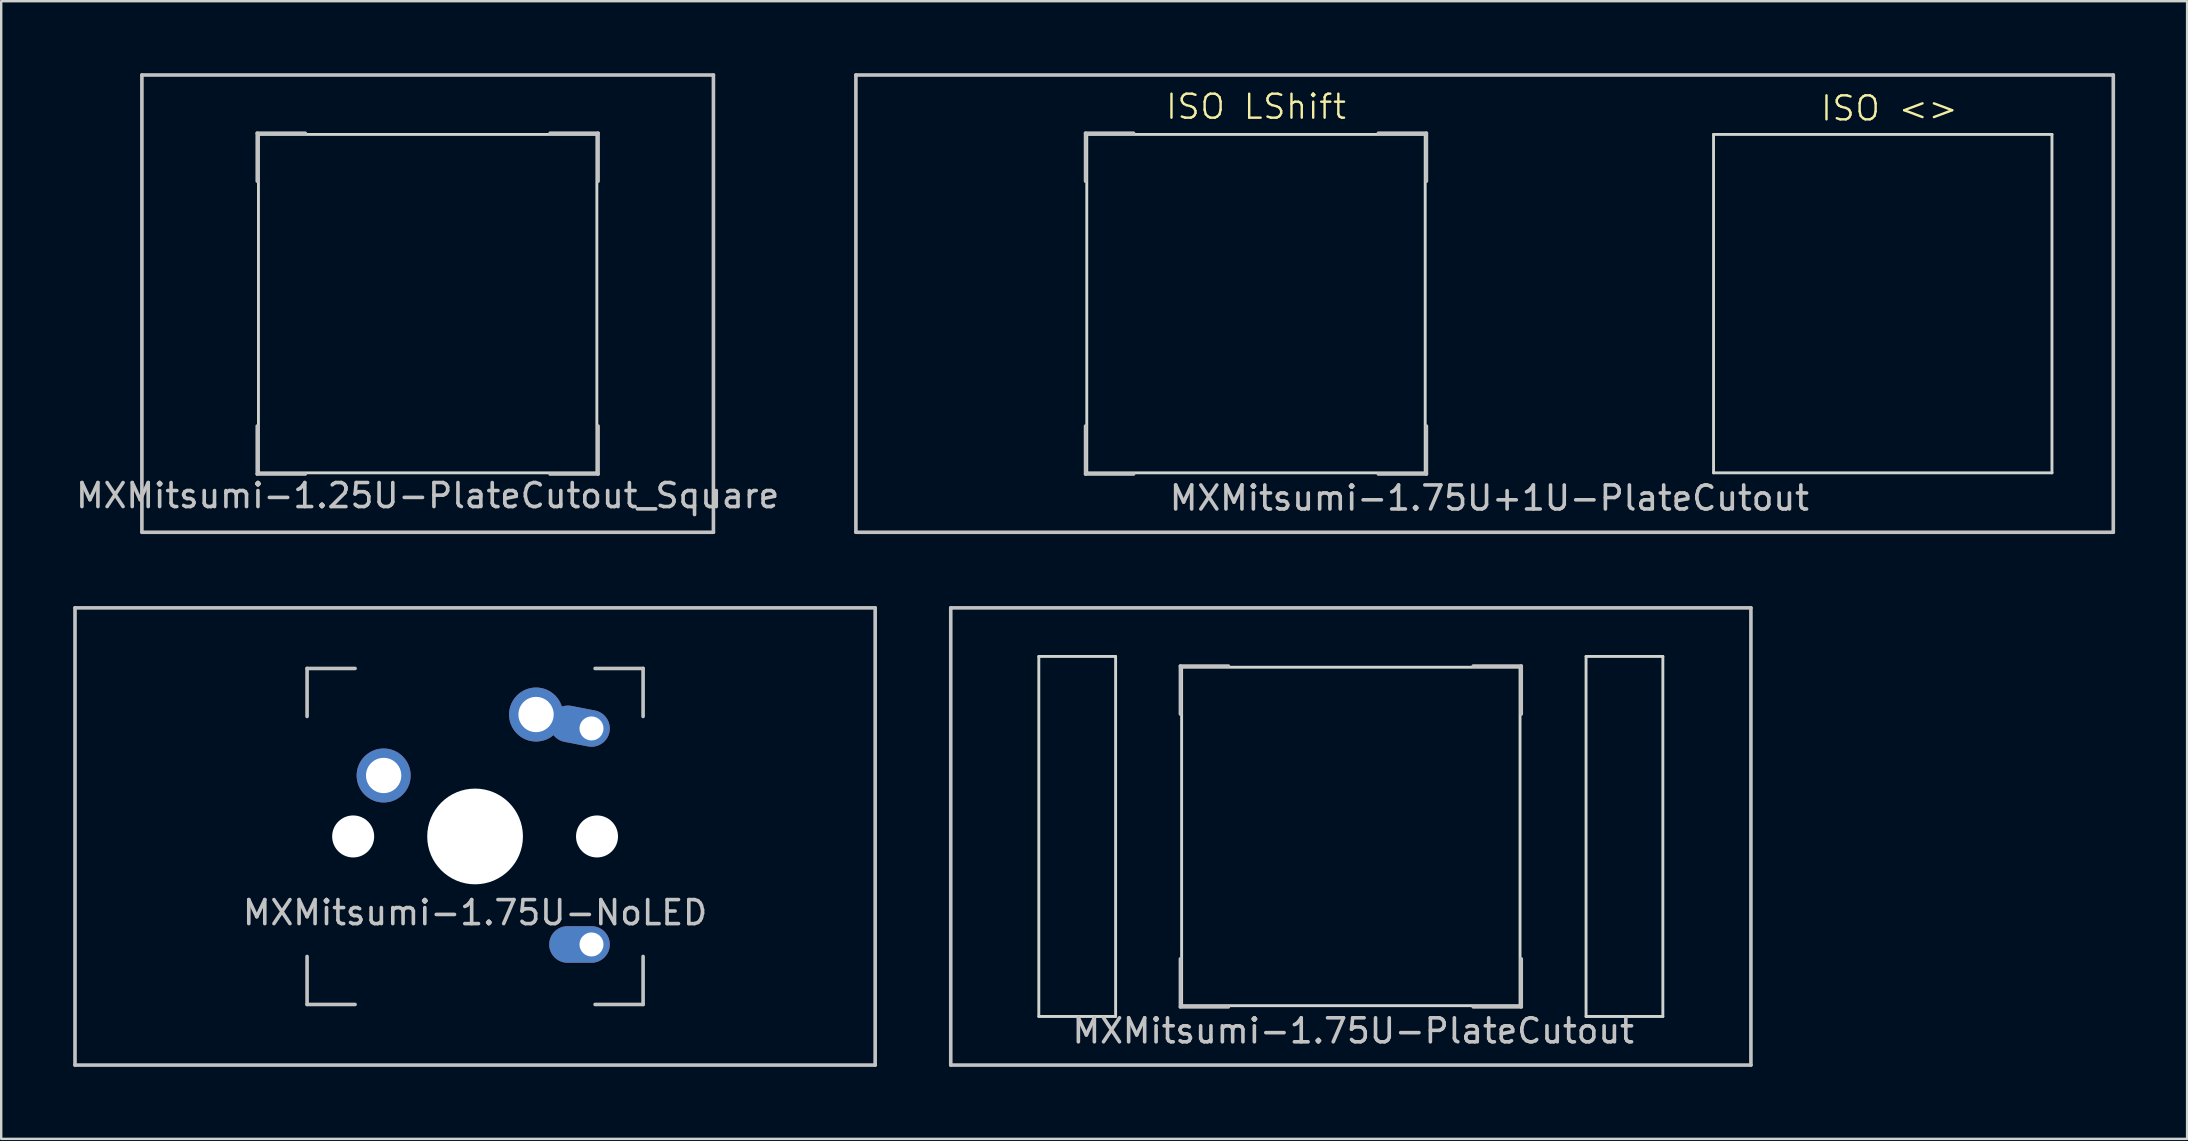
<source format=kicad_pcb>
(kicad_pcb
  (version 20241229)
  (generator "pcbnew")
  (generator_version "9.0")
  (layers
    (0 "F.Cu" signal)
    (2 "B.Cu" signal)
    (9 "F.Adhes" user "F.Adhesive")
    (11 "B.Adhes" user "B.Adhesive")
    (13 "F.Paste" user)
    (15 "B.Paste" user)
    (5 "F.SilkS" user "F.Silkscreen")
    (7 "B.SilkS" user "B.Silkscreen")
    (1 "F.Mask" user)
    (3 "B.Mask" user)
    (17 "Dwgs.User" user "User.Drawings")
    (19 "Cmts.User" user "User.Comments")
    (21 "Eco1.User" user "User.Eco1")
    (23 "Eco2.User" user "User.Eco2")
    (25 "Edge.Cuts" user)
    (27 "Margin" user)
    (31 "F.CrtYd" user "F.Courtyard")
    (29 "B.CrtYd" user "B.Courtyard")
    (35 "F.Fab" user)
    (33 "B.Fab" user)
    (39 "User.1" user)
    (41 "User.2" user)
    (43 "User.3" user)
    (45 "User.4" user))
  (footprint "MXMitsumi-1.75U-PlateCutout"
    (layer "F.Cu")
    (at 53.231 31.8)
    (property "Reference" "MXMitsumi-1.75U-PlateCutout" (at 0.1 8.1 0) (layer "Dwgs.User") (effects (font (size 1 1) (thickness 0.15))))
    (attr through_hole)
    (fp_line (start -16.669 -9.525) (end 16.669 -9.525) (stroke (width 0.15) (type solid)) (layer "Dwgs.User"))
    (fp_line (start -16.669 9.525) (end -16.669 -9.525) (stroke (width 0.15) (type solid)) (layer "Dwgs.User"))
    (fp_line (start -16.669 9.525) (end 16.669 9.525) (stroke (width 0.15) (type solid)) (layer "Dwgs.User"))
    (fp_line (start -7.1 -7.1) (end -7.1 -5.1) (stroke (width 0.15) (type solid)) (layer "Dwgs.User"))
    (fp_line (start -7.1 5.1) (end -7.1 7.1) (stroke (width 0.15) (type solid)) (layer "Dwgs.User"))
    (fp_line (start -7.1 7.1) (end -5.1 7.1) (stroke (width 0.15) (type solid)) (layer "Dwgs.User"))
    (fp_line (start -5.1 -7.1) (end -7.1 -7.1) (stroke (width 0.15) (type solid)) (layer "Dwgs.User"))
    (fp_line (start 5.1 -7.1) (end 7.1 -7.1) (stroke (width 0.15) (type solid)) (layer "Dwgs.User"))
    (fp_line (start 5.1 7.1) (end 7.1 7.1) (stroke (width 0.15) (type solid)) (layer "Dwgs.User"))
    (fp_line (start 7.1 -7.1) (end 7.1 -5.1) (stroke (width 0.15) (type solid)) (layer "Dwgs.User"))
    (fp_line (start 7.1 7.1) (end 7.1 5.1) (stroke (width 0.15) (type solid)) (layer "Dwgs.User"))
    (fp_line (start 16.669 -9.525) (end 16.669 9.525) (stroke (width 0.15) (type solid)) (layer "Dwgs.User"))
    (fp_line (start -13 -7.5) (end -13 7.5) (stroke (width 0.12) (type solid)) (layer "Edge.Cuts"))
    (fp_line (start -13 7.5) (end -9.8 7.5) (stroke (width 0.12) (type solid)) (layer "Edge.Cuts"))
    (fp_line (start -9.8 -7.5) (end -13 -7.5) (stroke (width 0.12) (type solid)) (layer "Edge.Cuts"))
    (fp_line (start -9.8 7.5) (end -9.8 -7.5) (stroke (width 0.12) (type solid)) (layer "Edge.Cuts"))
    (fp_line (start -7.05 -7.05) (end 7.05 -7.05) (stroke (width 0.12) (type solid)) (layer "Edge.Cuts"))
    (fp_line (start -7.05 7.05) (end -7.05 -7.05) (stroke (width 0.12) (type solid)) (layer "Edge.Cuts"))
    (fp_line (start 7.05 -7.05) (end 7.05 7.05) (stroke (width 0.12) (type solid)) (layer "Edge.Cuts"))
    (fp_line (start 7.05 7.05) (end -7.05 7.05) (stroke (width 0.12) (type solid)) (layer "Edge.Cuts"))
    (fp_line (start 9.8 -7.5) (end 13 -7.5) (stroke (width 0.12) (type solid)) (layer "Edge.Cuts"))
    (fp_line (start 9.8 7.5) (end 9.8 -7.5) (stroke (width 0.12) (type solid)) (layer "Edge.Cuts"))
    (fp_line (start 13 -7.5) (end 13 7.5) (stroke (width 0.12) (type solid)) (layer "Edge.Cuts"))
    (fp_line (start 13 7.5) (end 9.8 7.5) (stroke (width 0.12) (type solid)) (layer "Edge.Cuts")))
  (footprint "MXMitsumi-1.75U+1U-PlateCutout"
    (layer "F.Cu")
    (at 58.804 9.6)
    (property "Reference" "MXMitsumi-1.75U+1U-PlateCutout" (at 0.2 8.1 0) (layer "Dwgs.User") (effects (font (size 1 1) (thickness 0.15))))
    (attr through_hole)
    (fp_line (start -26.194 -9.525) (end 26.194 -9.525) (stroke (width 0.15) (type solid)) (layer "Dwgs.User"))
    (fp_line (start -26.194 9.525) (end -26.194 -9.525) (stroke (width 0.15) (type solid)) (layer "Dwgs.User"))
    (fp_line (start -26.194 9.525) (end 26.194 9.525) (stroke (width 0.15) (type solid)) (layer "Dwgs.User"))
    (fp_line (start -16.625 -7.1) (end -16.625 -5.1) (stroke (width 0.15) (type solid)) (layer "Dwgs.User"))
    (fp_line (start -16.625 5.1) (end -16.625 7.1) (stroke (width 0.15) (type solid)) (layer "Dwgs.User"))
    (fp_line (start -16.625 7.1) (end -14.625 7.1) (stroke (width 0.15) (type solid)) (layer "Dwgs.User"))
    (fp_line (start -14.625 -7.1) (end -16.625 -7.1) (stroke (width 0.15) (type solid)) (layer "Dwgs.User"))
    (fp_line (start -4.425 -7.1) (end -2.425 -7.1) (stroke (width 0.15) (type solid)) (layer "Dwgs.User"))
    (fp_line (start -4.425 7.1) (end -2.425 7.1) (stroke (width 0.15) (type solid)) (layer "Dwgs.User"))
    (fp_line (start -2.425 -5.1) (end -2.425 -7.1) (stroke (width 0.15) (type solid)) (layer "Dwgs.User"))
    (fp_line (start -2.425 7.1) (end -2.425 5.1) (stroke (width 0.15) (type solid)) (layer "Dwgs.User"))
    (fp_line (start 26.194 -9.525) (end 26.194 9.525) (stroke (width 0.15) (type solid)) (layer "Dwgs.User"))
    (fp_line (start -16.575 -7.05) (end -2.475 -7.05) (stroke (width 0.12) (type solid)) (layer "Edge.Cuts"))
    (fp_line (start -16.575 7.05) (end -16.575 -7.05) (stroke (width 0.12) (type solid)) (layer "Edge.Cuts"))
    (fp_line (start -2.475 7.05) (end -16.575 7.05) (stroke (width 0.12) (type solid)) (layer "Edge.Cuts"))
    (fp_line (start -2.475 7.05) (end -2.475 -7.05) (stroke (width 0.12) (type solid)) (layer "Edge.Cuts"))
    (fp_line (start 9.539 -7.05) (end 23.639 -7.05) (stroke (width 0.12) (type solid)) (layer "Edge.Cuts"))
    (fp_line (start 9.539 7.05) (end 9.539 -7.05) (stroke (width 0.12) (type solid)) (layer "Edge.Cuts"))
    (fp_line (start 23.639 7.05) (end 9.539 7.05) (stroke (width 0.12) (type solid)) (layer "Edge.Cuts"))
    (fp_line (start 23.639 7.05) (end 23.639 -7.05) (stroke (width 0.12) (type solid)) (layer "Edge.Cuts"))
    (fp_text user "ISO <>" (at 13.94 -7.55 0) (unlocked yes) (layer "F.SilkS") (effects (font (size 1 1) (thickness 0.1)) (justify left bottom)))
    (fp_text user "ISO LShift" (at -13.35 -7.62 0) (unlocked yes) (layer "F.SilkS") (effects (font (size 1 1) (thickness 0.1)) (justify left bottom))))
  (footprint "MXMitsumi-1.25U-PlateCutout_Square"
    (layer "F.Cu")
    (at 14.768 9.6)
    (property "Reference" "MXMitsumi-1.25U-PlateCutout_Square" (at 0 8 0) (layer "Dwgs.User") (effects (font (size 1 1) (thickness 0.15))))
    (attr through_hole)
    (fp_line (start -11.906 -9.525) (end 11.906 -9.525) (stroke (width 0.15) (type solid)) (layer "Dwgs.User"))
    (fp_line (start -11.906 9.525) (end -11.906 -9.525) (stroke (width 0.15) (type solid)) (layer "Dwgs.User"))
    (fp_line (start -11.906 9.525) (end 11.906 9.525) (stroke (width 0.15) (type solid)) (layer "Dwgs.User"))
    (fp_line (start -7.1 -7.1) (end -7.1 -5.1) (stroke (width 0.15) (type solid)) (layer "Dwgs.User"))
    (fp_line (start -7.1 5.1) (end -7.1 7.1) (stroke (width 0.15) (type solid)) (layer "Dwgs.User"))
    (fp_line (start -7.1 7.1) (end -5.1 7.1) (stroke (width 0.15) (type solid)) (layer "Dwgs.User"))
    (fp_line (start -5.1 -7.1) (end -7.1 -7.1) (stroke (width 0.15) (type solid)) (layer "Dwgs.User"))
    (fp_line (start 5.1 -7.1) (end 7.1 -7.1) (stroke (width 0.15) (type solid)) (layer "Dwgs.User"))
    (fp_line (start 5.1 7.1) (end 7.1 7.1) (stroke (width 0.15) (type solid)) (layer "Dwgs.User"))
    (fp_line (start 7.1 -7.1) (end 7.1 -5.1) (stroke (width 0.15) (type solid)) (layer "Dwgs.User"))
    (fp_line (start 7.1 7.1) (end 7.1 5.1) (stroke (width 0.15) (type solid)) (layer "Dwgs.User"))
    (fp_line (start 11.906 -9.525) (end 11.906 9.525) (stroke (width 0.15) (type solid)) (layer "Dwgs.User"))
    (fp_line (start -7.05 -7.05) (end 7.05 -7.05) (stroke (width 0.12) (type solid)) (layer "Edge.Cuts"))
    (fp_line (start -7.05 7.05) (end -7.05 -7.05) (stroke (width 0.12) (type solid)) (layer "Edge.Cuts"))
    (fp_line (start 7.05 -7.05) (end 7.05 7.05) (stroke (width 0.12) (type solid)) (layer "Edge.Cuts"))
    (fp_line (start 7.05 7.05) (end -7.05 7.05) (stroke (width 0.12) (type solid)) (layer "Edge.Cuts")))
  (footprint "MXMitsumi-1.75U-NoLED"
    (layer "F.Cu")
    (at 16.744 31.8)
    (property "Reference" "MXMitsumi-1.75U-NoLED" (at 0 3.175 0) (layer "Dwgs.User") (effects (font (size 1 1) (thickness 0.15))))
    (attr through_hole)
    (fp_line (start -16.669 -9.525) (end 16.669 -9.525) (stroke (width 0.15) (type solid)) (layer "Dwgs.User"))
    (fp_line (start -16.669 9.525) (end -16.669 -9.525) (stroke (width 0.15) (type solid)) (layer "Dwgs.User"))
    (fp_line (start -16.669 9.525) (end 16.669 9.525) (stroke (width 0.15) (type solid)) (layer "Dwgs.User"))
    (fp_line (start -7 -7) (end -7 -5) (stroke (width 0.15) (type solid)) (layer "Dwgs.User"))
    (fp_line (start -7 5) (end -7 7) (stroke (width 0.15) (type solid)) (layer "Dwgs.User"))
    (fp_line (start -7 7) (end -5 7) (stroke (width 0.15) (type solid)) (layer "Dwgs.User"))
    (fp_line (start -5 -7) (end -7 -7) (stroke (width 0.15) (type solid)) (layer "Dwgs.User"))
    (fp_line (start 5 -7) (end 7 -7) (stroke (width 0.15) (type solid)) (layer "Dwgs.User"))
    (fp_line (start 5 7) (end 7 7) (stroke (width 0.15) (type solid)) (layer "Dwgs.User"))
    (fp_line (start 7 -7) (end 7 -5) (stroke (width 0.15) (type solid)) (layer "Dwgs.User"))
    (fp_line (start 7 7) (end 7 5) (stroke (width 0.15) (type solid)) (layer "Dwgs.User"))
    (fp_line (start 16.669 -9.525) (end 16.669 9.525) (stroke (width 0.15) (type solid)) (layer "Dwgs.User"))
    (pad "" np_thru_hole circle (at -5.08 0 48.1) (size 1.75 1.75) (drill 1.75) (layers "*.Cu" "*.Mask"))
    (pad "" np_thru_hole circle (at 0 0) (size 3.988 3.988) (drill 3.988) (layers "*.Cu" "*.Mask"))
    (pad "" np_thru_hole circle (at 5.08 0 48.1) (size 1.75 1.75) (drill 1.75) (layers "*.Cu" "*.Mask"))
    (pad "1" thru_hole circle (at -3.81 -2.54) (size 2.25 2.25) (drill 1.47) (layers "*.Cu" "B.Mask"))
    (pad "1" thru_hole oval (at 4.85 4.5 180) (size 2.524 1.524) (drill 1 (offset 0.5 0)) (layers "*.Cu" "B.Mask"))
    (pad "2" thru_hole circle (at 2.54 -5.08) (size 2.25 2.25) (drill 1.47) (layers "*.Cu" "B.Mask"))
    (pad "2" thru_hole oval (at 4.85 -4.5 349) (size 2.524 1.524) (drill 1 (offset -0.5 0)) (layers "*.Cu" "B.Mask")))
  (gr_rect
    (start -3 -3)
    (end 88.073 44.4)
    (stroke (width 0.1) (type default))
    (fill no)
    (layer "Edge.Cuts")))
</source>
